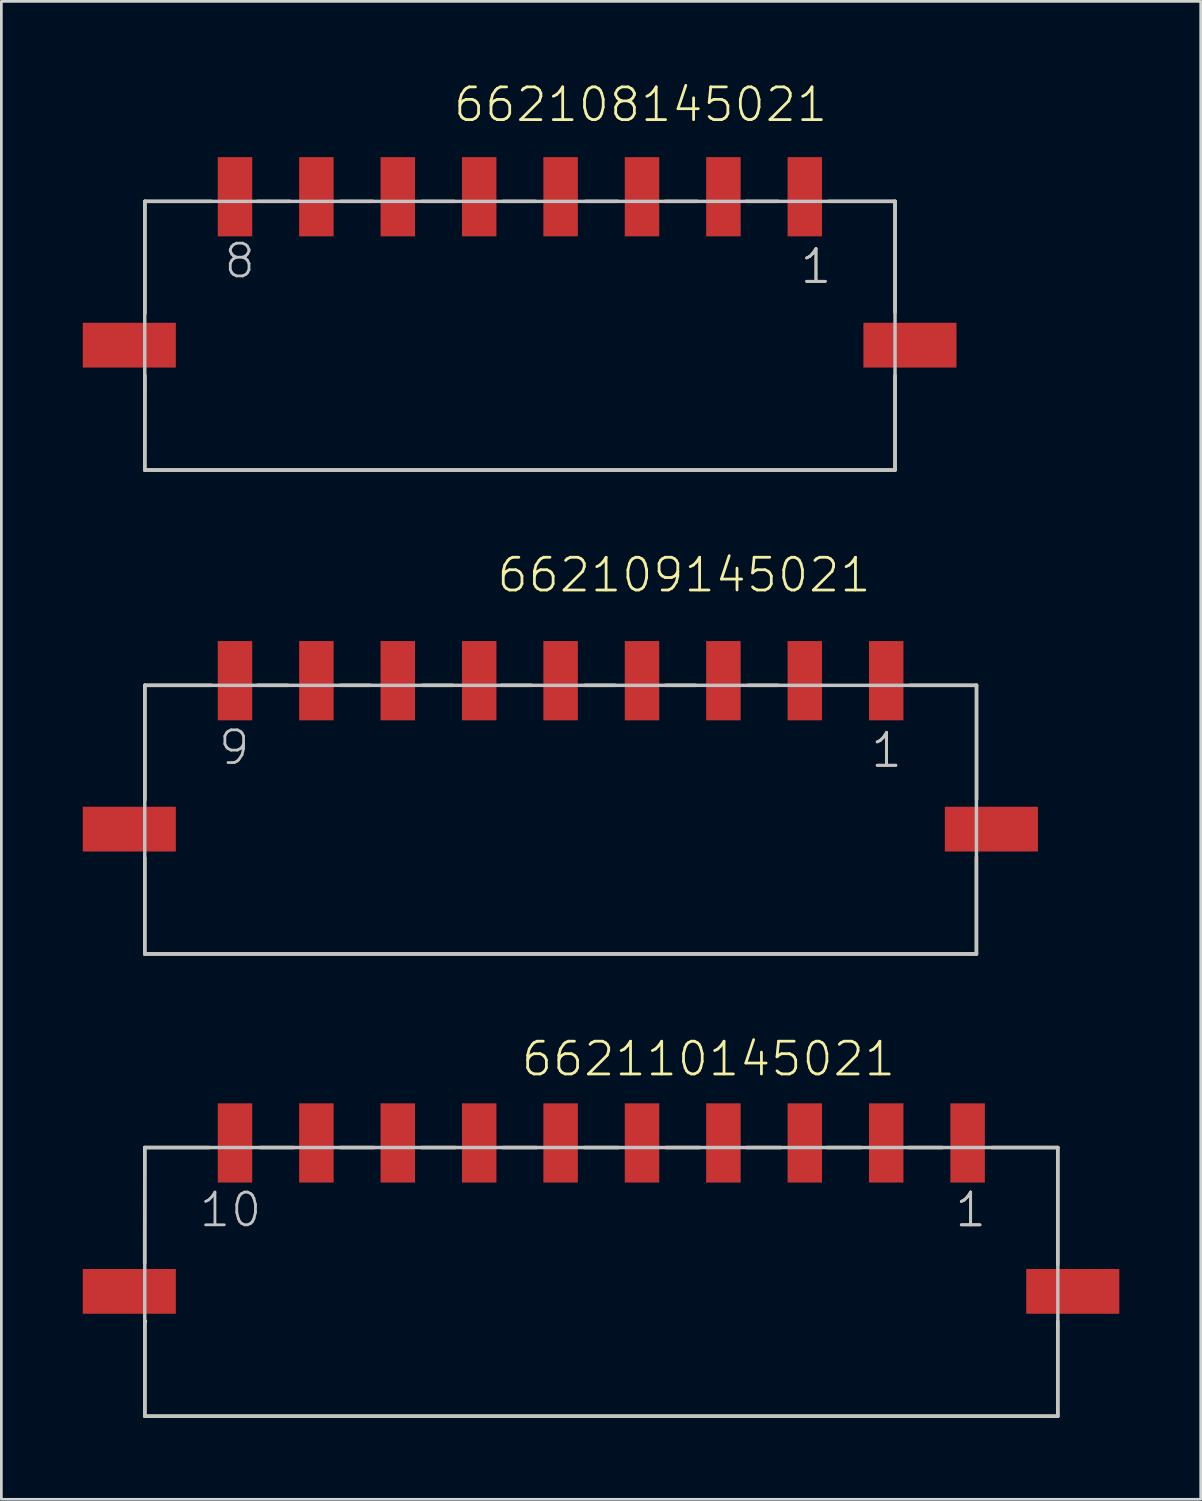
<source format=kicad_pcb>
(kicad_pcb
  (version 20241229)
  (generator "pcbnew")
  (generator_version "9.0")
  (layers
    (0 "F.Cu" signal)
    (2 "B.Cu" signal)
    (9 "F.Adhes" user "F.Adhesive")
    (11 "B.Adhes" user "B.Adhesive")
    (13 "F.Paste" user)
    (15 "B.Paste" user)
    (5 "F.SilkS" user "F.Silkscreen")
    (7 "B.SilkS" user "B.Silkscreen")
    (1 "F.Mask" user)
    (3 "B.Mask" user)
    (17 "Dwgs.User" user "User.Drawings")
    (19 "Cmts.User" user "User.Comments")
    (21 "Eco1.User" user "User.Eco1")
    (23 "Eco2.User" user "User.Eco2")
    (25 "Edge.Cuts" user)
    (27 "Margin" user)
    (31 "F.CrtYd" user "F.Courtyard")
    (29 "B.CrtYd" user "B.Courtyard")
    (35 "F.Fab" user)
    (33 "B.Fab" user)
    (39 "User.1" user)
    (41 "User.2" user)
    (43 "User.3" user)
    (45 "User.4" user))
  (footprint "662109145021"
    (layer "F.Cu")
    (at 17.61 27.506)
    (property "Reference" "662109145021" (at -2.41 -8.66 0) (layer "F.SilkS") (effects (font (size 1.206 1.206) (thickness 0.102)) (justify left bottom)))
    (attr through_hole)
    (fp_line (start -15.325 1.05) (end -15.325 4.6) (stroke (width 0.127) (type solid)) (layer "F.SilkS"))
    (fp_line (start -15.325 4.6) (end 15.325 4.6) (stroke (width 0.127) (type solid)) (layer "F.SilkS"))
    (fp_line (start -15.32 -5.3) (end -15.32 -1.07) (stroke (width 0.127) (type solid)) (layer "F.SilkS"))
    (fp_line (start -12.87 -5.3) (end -15.32 -5.3) (stroke (width 0.127) (type solid)) (layer "F.SilkS"))
    (fp_line (start -11.16 -5.3) (end -10.05 -5.3) (stroke (width 0.127) (type solid)) (layer "F.SilkS"))
    (fp_line (start -8.12 -5.3) (end -7.01 -5.3) (stroke (width 0.127) (type solid)) (layer "F.SilkS"))
    (fp_line (start -5.08 -5.3) (end -3.97 -5.3) (stroke (width 0.127) (type solid)) (layer "F.SilkS"))
    (fp_line (start -2.19 -5.3) (end -1.08 -5.3) (stroke (width 0.127) (type solid)) (layer "F.SilkS"))
    (fp_line (start 0.9 -5.3) (end 2.01 -5.3) (stroke (width 0.127) (type solid)) (layer "F.SilkS"))
    (fp_line (start 3.87 -5.3) (end 4.98 -5.3) (stroke (width 0.127) (type solid)) (layer "F.SilkS"))
    (fp_line (start 6.91 -5.3) (end 8.02 -5.3) (stroke (width 0.127) (type solid)) (layer "F.SilkS"))
    (fp_line (start 12.88 -5.3) (end 15.33 -5.3) (stroke (width 0.127) (type solid)) (layer "F.SilkS"))
    (fp_line (start 15.325 4.6) (end 15.325 1.03) (stroke (width 0.127) (type solid)) (layer "F.SilkS"))
    (fp_line (start 15.33 -5.3) (end 15.33 -1.1) (stroke (width 0.127) (type solid)) (layer "F.SilkS"))
    (fp_line (start -15.325 -5.3) (end 15.325 -5.3) (stroke (width 0.127) (type solid)) (layer "Dwgs.User"))
    (fp_line (start -15.325 4.6) (end -15.325 -5.3) (stroke (width 0.127) (type solid)) (layer "Dwgs.User"))
    (fp_line (start 15.325 -5.3) (end 15.325 4.6) (stroke (width 0.127) (type solid)) (layer "Dwgs.User"))
    (fp_line (start 15.325 4.6) (end -15.325 4.6) (stroke (width 0.127) (type solid)) (layer "Dwgs.User"))
    (fp_text user "1" (at 11.37 -2.2 0) (layer "F.SilkS") (effects (font (size 1.206 1.206) (thickness 0.102)) (justify left bottom)))
    (fp_text user "1" (at 11.37 -2.2 0) (layer "Dwgs.User") (effects (font (size 1.206 1.206) (thickness 0.102)) (justify left bottom)))
    (fp_text user "9" (at -12.67 -2.3 0) (layer "Dwgs.User") (effects (font (size 1.206 1.206) (thickness 0.102)) (justify left bottom)))
    (pad "1" smd rect (at 12 -5.47 90) (size 2.92 1.27) (layers "F.Cu" "F.Mask" "F.Paste"))
    (pad "2" smd rect (at 9 -5.47 90) (size 2.92 1.27) (layers "F.Cu" "F.Mask" "F.Paste"))
    (pad "3" smd rect (at 6 -5.47 90) (size 2.92 1.27) (layers "F.Cu" "F.Mask" "F.Paste"))
    (pad "4" smd rect (at 3 -5.47 90) (size 2.92 1.27) (layers "F.Cu" "F.Mask" "F.Paste"))
    (pad "5" smd rect (at 0 -5.47 90) (size 2.92 1.27) (layers "F.Cu" "F.Mask" "F.Paste"))
    (pad "6" smd rect (at -3 -5.47 90) (size 2.92 1.27) (layers "F.Cu" "F.Mask" "F.Paste"))
    (pad "7" smd rect (at -6 -5.47 90) (size 2.92 1.27) (layers "F.Cu" "F.Mask" "F.Paste"))
    (pad "8" smd rect (at -9 -5.47 90) (size 2.92 1.27) (layers "F.Cu" "F.Mask" "F.Paste"))
    (pad "9" smd rect (at -12 -5.47 90) (size 2.92 1.27) (layers "F.Cu" "F.Mask" "F.Paste"))
    (pad "M1" smd rect (at 15.875 0) (size 3.43 1.65) (layers "F.Cu" "F.Mask" "F.Paste"))
    (pad "M2" smd rect (at -15.895 0) (size 3.43 1.65) (layers "F.Cu" "F.Mask" "F.Paste")))
  (footprint "662110145021"
    (layer "F.Cu")
    (at 19.11 44.541)
    (property "Reference" "662110145021" (at -3.01 -7.86 0) (layer "F.SilkS") (effects (font (size 1.206 1.206) (thickness 0.102)) (justify left bottom)))
    (attr through_hole)
    (fp_line (start -16.825 -5.3) (end -16.83 -1.04) (stroke (width 0.127) (type solid)) (layer "F.SilkS"))
    (fp_line (start -16.82 1.1) (end -16.82 4.6) (stroke (width 0.127) (type solid)) (layer "F.SilkS"))
    (fp_line (start -16.82 4.6) (end 16.82 4.6) (stroke (width 0.127) (type solid)) (layer "F.SilkS"))
    (fp_line (start -16.8 1.1) (end -16.82 1.1) (stroke (width 0.127) (type solid)) (layer "F.SilkS"))
    (fp_line (start -14.45 -5.3) (end -16.825 -5.3) (stroke (width 0.127) (type solid)) (layer "F.SilkS"))
    (fp_line (start -12.58 -5.3) (end -11.33 -5.3) (stroke (width 0.127) (type solid)) (layer "F.SilkS"))
    (fp_line (start -9.63 -5.3) (end -8.38 -5.3) (stroke (width 0.127) (type solid)) (layer "F.SilkS"))
    (fp_line (start -6.63 -5.3) (end -5.38 -5.3) (stroke (width 0.127) (type solid)) (layer "F.SilkS"))
    (fp_line (start -3.63 -5.3) (end -2.38 -5.3) (stroke (width 0.127) (type solid)) (layer "F.SilkS"))
    (fp_line (start -0.62 -5.3) (end 0.63 -5.3) (stroke (width 0.127) (type solid)) (layer "F.SilkS"))
    (fp_line (start 2.38 -5.3) (end 3.63 -5.3) (stroke (width 0.127) (type solid)) (layer "F.SilkS"))
    (fp_line (start 5.36 -5.3) (end 6.61 -5.3) (stroke (width 0.127) (type solid)) (layer "F.SilkS"))
    (fp_line (start 8.32 -5.3) (end 9.57 -5.3) (stroke (width 0.127) (type solid)) (layer "F.SilkS"))
    (fp_line (start 11.32 -5.3) (end 12.57 -5.3) (stroke (width 0.127) (type solid)) (layer "F.SilkS"))
    (fp_line (start 14.39 -5.3) (end 16.82 -5.3) (stroke (width 0.127) (type solid)) (layer "F.SilkS"))
    (fp_line (start 16.82 -5.3) (end 16.82 -0.99) (stroke (width 0.127) (type solid)) (layer "F.SilkS"))
    (fp_line (start 16.82 4.6) (end 16.82 1.11) (stroke (width 0.127) (type solid)) (layer "F.SilkS"))
    (fp_line (start -16.825 -5.3) (end 16.825 -5.3) (stroke (width 0.127) (type solid)) (layer "Dwgs.User"))
    (fp_line (start -16.825 4.6) (end -16.825 -5.3) (stroke (width 0.127) (type solid)) (layer "Dwgs.User"))
    (fp_line (start 16.825 -5.3) (end 16.825 4.6) (stroke (width 0.127) (type solid)) (layer "Dwgs.User"))
    (fp_line (start 16.825 4.6) (end -16.825 4.6) (stroke (width 0.127) (type solid)) (layer "Dwgs.User"))
    (fp_text user "1" (at 12.97 -2.3 0) (layer "F.SilkS") (effects (font (size 1.206 1.206) (thickness 0.102)) (justify left bottom)))
    (fp_text user "10" (at -14.88 -2.3 0) (layer "Dwgs.User") (effects (font (size 1.206 1.206) (thickness 0.102)) (justify left bottom)))
    (fp_text user "1" (at 12.97 -2.3 0) (layer "Dwgs.User") (effects (font (size 1.206 1.206) (thickness 0.102)) (justify left bottom)))
    (pad "1" smd rect (at 13.5 -5.47 90) (size 2.92 1.27) (layers "F.Cu" "F.Mask" "F.Paste"))
    (pad "2" smd rect (at 10.5 -5.47 90) (size 2.92 1.27) (layers "F.Cu" "F.Mask" "F.Paste"))
    (pad "3" smd rect (at 7.5 -5.47 90) (size 2.92 1.27) (layers "F.Cu" "F.Mask" "F.Paste"))
    (pad "4" smd rect (at 4.5 -5.47 90) (size 2.92 1.27) (layers "F.Cu" "F.Mask" "F.Paste"))
    (pad "5" smd rect (at 1.5 -5.47 90) (size 2.92 1.27) (layers "F.Cu" "F.Mask" "F.Paste"))
    (pad "6" smd rect (at -1.5 -5.47 90) (size 2.92 1.27) (layers "F.Cu" "F.Mask" "F.Paste"))
    (pad "7" smd rect (at -4.5 -5.47 90) (size 2.92 1.27) (layers "F.Cu" "F.Mask" "F.Paste"))
    (pad "8" smd rect (at -7.5 -5.47 90) (size 2.92 1.27) (layers "F.Cu" "F.Mask" "F.Paste"))
    (pad "9" smd rect (at -10.5 -5.47 90) (size 2.92 1.27) (layers "F.Cu" "F.Mask" "F.Paste"))
    (pad "10" smd rect (at -13.5 -5.47 90) (size 2.92 1.27) (layers "F.Cu" "F.Mask" "F.Paste"))
    (pad "M1" smd rect (at 17.375 0) (size 3.43 1.65) (layers "F.Cu" "F.Mask" "F.Paste"))
    (pad "M2" smd rect (at -17.395 0) (size 3.43 1.65) (layers "F.Cu" "F.Mask" "F.Paste")))
  (footprint "662108145021"
    (layer "F.Cu")
    (at 16.11 9.671)
    (property "Reference" "662108145021" (at -2.51 -8.16 0) (layer "F.SilkS") (effects (font (size 1.206 1.206) (thickness 0.102)) (justify left bottom)))
    (attr through_hole)
    (fp_line (start -13.825 4.6) (end 13.825 4.6) (stroke (width 0.127) (type solid)) (layer "F.SilkS"))
    (fp_line (start -13.82 -5.3) (end -13.82 -1.17) (stroke (width 0.127) (type solid)) (layer "F.SilkS"))
    (fp_line (start -13.82 1.12) (end -13.825 4.6) (stroke (width 0.127) (type solid)) (layer "F.SilkS"))
    (fp_line (start -11.37 -5.3) (end -13.82 -5.3) (stroke (width 0.127) (type solid)) (layer "F.SilkS"))
    (fp_line (start -9.67 -5.3) (end -8.48 -5.3) (stroke (width 0.127) (type solid)) (layer "F.SilkS"))
    (fp_line (start -6.61 -5.3) (end -5.42 -5.3) (stroke (width 0.127) (type solid)) (layer "F.SilkS"))
    (fp_line (start -3.61 -5.3) (end -2.42 -5.3) (stroke (width 0.127) (type solid)) (layer "F.SilkS"))
    (fp_line (start -0.62 -5.3) (end 0.57 -5.3) (stroke (width 0.127) (type solid)) (layer "F.SilkS"))
    (fp_line (start 2.42 -5.3) (end 3.61 -5.3) (stroke (width 0.127) (type solid)) (layer "F.SilkS"))
    (fp_line (start 5.35 -5.3) (end 6.54 -5.3) (stroke (width 0.127) (type solid)) (layer "F.SilkS"))
    (fp_line (start 8.33 -5.3) (end 9.52 -5.3) (stroke (width 0.127) (type solid)) (layer "F.SilkS"))
    (fp_line (start 11.38 -5.3) (end 13.825 -5.3) (stroke (width 0.127) (type solid)) (layer "F.SilkS"))
    (fp_line (start 13.825 -5.3) (end 13.825 -1.21) (stroke (width 0.127) (type solid)) (layer "F.SilkS"))
    (fp_line (start 13.825 4.6) (end 13.825 1.12) (stroke (width 0.127) (type solid)) (layer "F.SilkS"))
    (fp_line (start -13.825 -5.3) (end 13.825 -5.3) (stroke (width 0.127) (type solid)) (layer "Dwgs.User"))
    (fp_line (start -13.825 4.6) (end -13.825 -5.3) (stroke (width 0.127) (type solid)) (layer "Dwgs.User"))
    (fp_line (start 13.825 -5.3) (end 13.825 4.6) (stroke (width 0.127) (type solid)) (layer "Dwgs.User"))
    (fp_line (start 13.825 4.6) (end -13.825 4.6) (stroke (width 0.127) (type solid)) (layer "Dwgs.User"))
    (fp_text user "1" (at 10.27 -2.2 0) (layer "F.SilkS") (effects (font (size 1.206 1.206) (thickness 0.102)) (justify left bottom)))
    (fp_text user "8" (at -10.97 -2.4 0) (layer "Dwgs.User") (effects (font (size 1.206 1.206) (thickness 0.102)) (justify left bottom)))
    (fp_text user "1" (at 10.27 -2.2 0) (layer "Dwgs.User") (effects (font (size 1.206 1.206) (thickness 0.102)) (justify left bottom)))
    (pad "1" smd rect (at 10.5 -5.47 90) (size 2.92 1.27) (layers "F.Cu" "F.Mask" "F.Paste"))
    (pad "2" smd rect (at 7.5 -5.47 90) (size 2.92 1.27) (layers "F.Cu" "F.Mask" "F.Paste"))
    (pad "3" smd rect (at 4.5 -5.47 90) (size 2.92 1.27) (layers "F.Cu" "F.Mask" "F.Paste"))
    (pad "4" smd rect (at 1.5 -5.47 90) (size 2.92 1.27) (layers "F.Cu" "F.Mask" "F.Paste"))
    (pad "5" smd rect (at -1.5 -5.47 90) (size 2.92 1.27) (layers "F.Cu" "F.Mask" "F.Paste"))
    (pad "6" smd rect (at -4.5 -5.47 90) (size 2.92 1.27) (layers "F.Cu" "F.Mask" "F.Paste"))
    (pad "7" smd rect (at -7.5 -5.47 90) (size 2.92 1.27) (layers "F.Cu" "F.Mask" "F.Paste"))
    (pad "8" smd rect (at -10.5 -5.47 90) (size 2.92 1.27) (layers "F.Cu" "F.Mask" "F.Paste"))
    (pad "M1" smd rect (at 14.375 0) (size 3.43 1.65) (layers "F.Cu" "F.Mask" "F.Paste"))
    (pad "M2" smd rect (at -14.395 0) (size 3.43 1.65) (layers "F.Cu" "F.Mask" "F.Paste")))
  (gr_rect
    (start -3 -3)
    (end 41.2 52.204)
    (stroke (width 0.1) (type default))
    (fill no)
    (layer "Edge.Cuts")))
</source>
